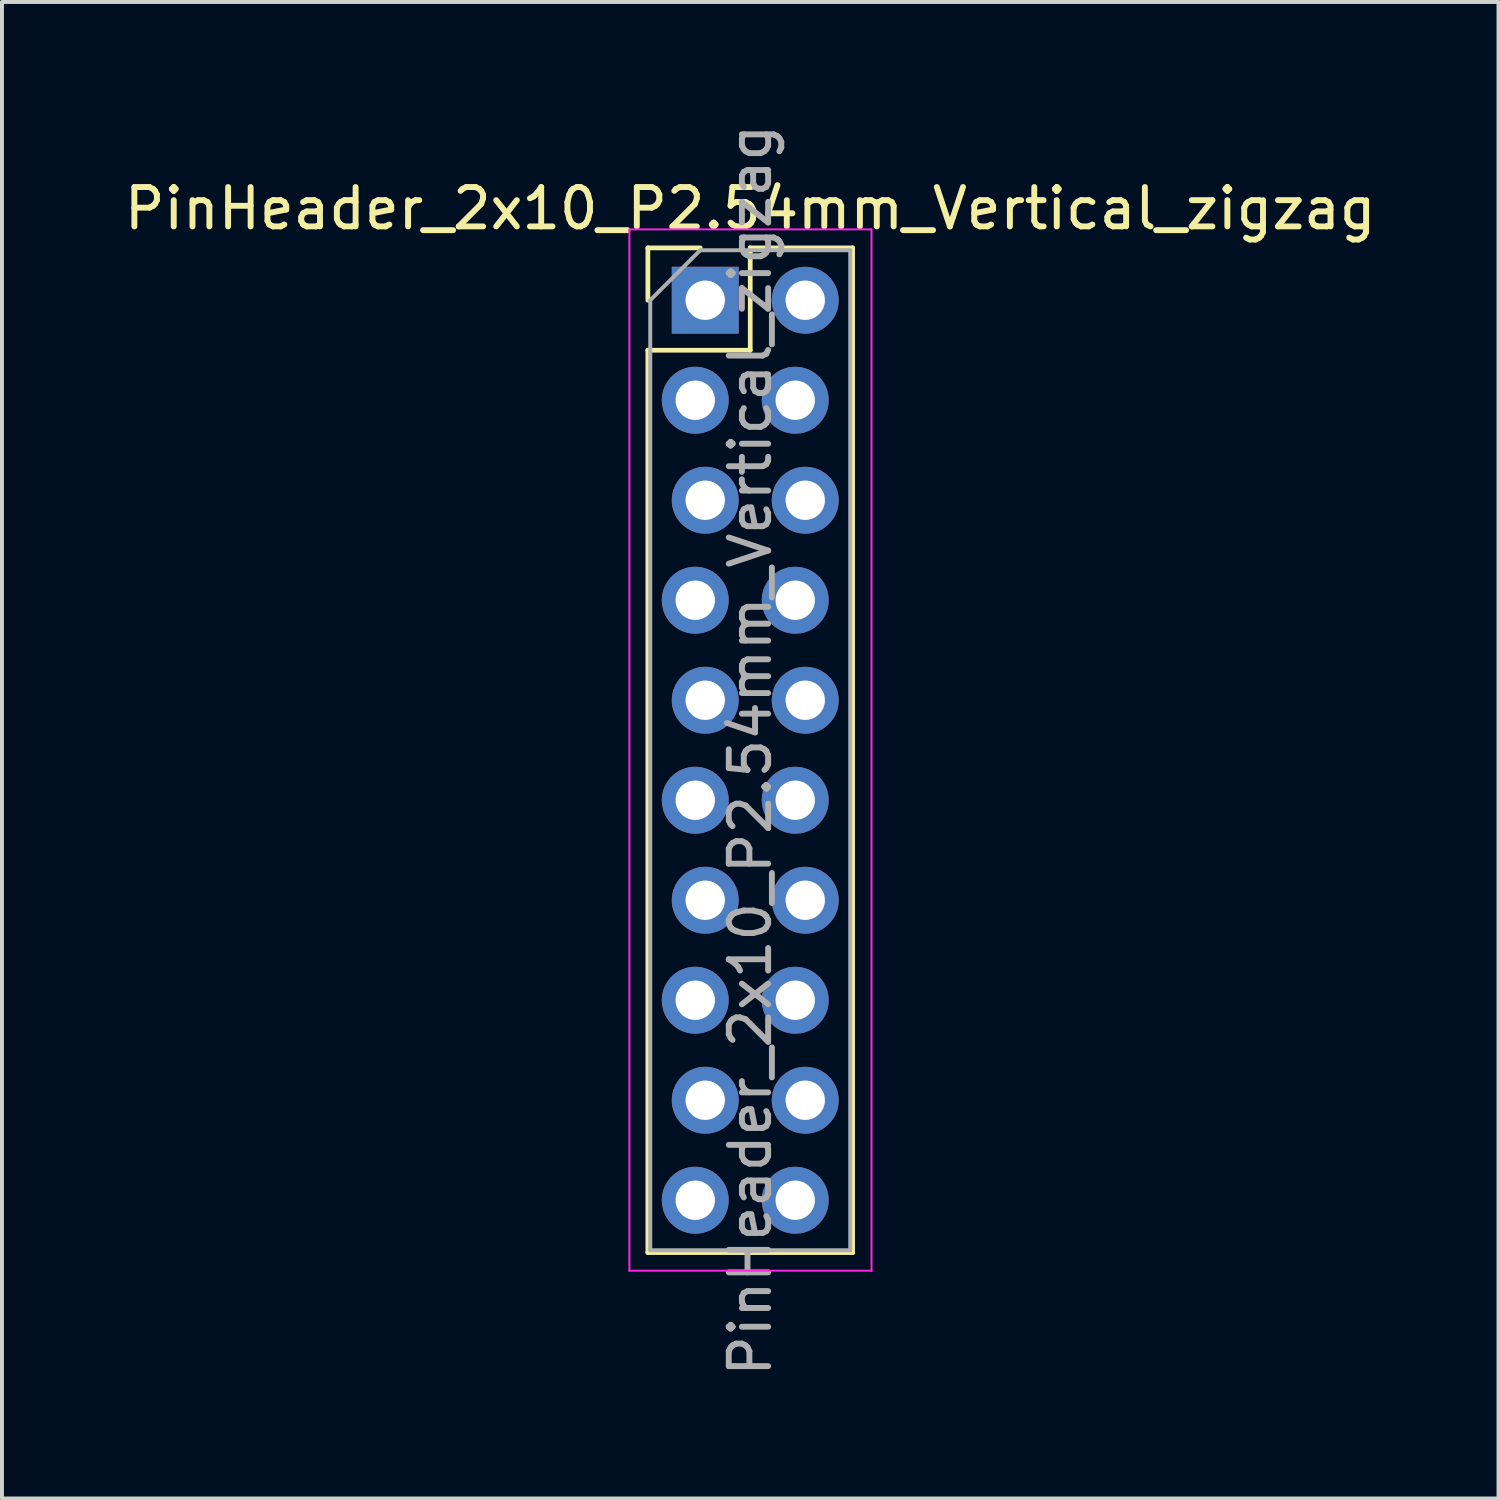
<source format=kicad_pcb>
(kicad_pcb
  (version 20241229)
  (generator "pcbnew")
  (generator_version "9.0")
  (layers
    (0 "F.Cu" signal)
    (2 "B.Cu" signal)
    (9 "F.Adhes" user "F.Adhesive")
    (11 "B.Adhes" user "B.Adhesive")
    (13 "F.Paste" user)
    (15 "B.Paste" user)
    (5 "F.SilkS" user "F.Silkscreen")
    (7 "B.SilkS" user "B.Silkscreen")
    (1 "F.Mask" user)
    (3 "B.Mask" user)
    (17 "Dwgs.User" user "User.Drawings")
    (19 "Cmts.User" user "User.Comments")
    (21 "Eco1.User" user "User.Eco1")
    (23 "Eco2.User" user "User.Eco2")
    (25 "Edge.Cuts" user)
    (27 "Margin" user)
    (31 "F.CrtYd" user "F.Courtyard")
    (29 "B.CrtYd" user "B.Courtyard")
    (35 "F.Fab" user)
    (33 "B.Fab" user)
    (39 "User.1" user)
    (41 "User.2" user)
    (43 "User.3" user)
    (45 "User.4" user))
  (footprint "PinHeader_2x10_P2.54mm_Vertical_zigzag"
    (layer "F.Cu")
    (at 14.736 4.576)
    (property "Reference" "PinHeader_2x10_P2.54mm_Vertical_zigzag" (at 1.27 -2.33 0) (layer "F.SilkS") (effects (font (size 1 1) (thickness 0.15))))
    (attr through_hole)
    (fp_line (start -1.33 -1.33) (end 0 -1.33) (stroke (width 0.12) (type solid)) (layer "F.SilkS"))
    (fp_line (start -1.33 0) (end -1.33 -1.33) (stroke (width 0.12) (type solid)) (layer "F.SilkS"))
    (fp_line (start -1.33 1.27) (end -1.33 24.19) (stroke (width 0.12) (type solid)) (layer "F.SilkS"))
    (fp_line (start -1.33 1.27) (end 1.27 1.27) (stroke (width 0.12) (type solid)) (layer "F.SilkS"))
    (fp_line (start -1.33 24.19) (end 3.87 24.19) (stroke (width 0.12) (type solid)) (layer "F.SilkS"))
    (fp_line (start 1.27 -1.33) (end 3.87 -1.33) (stroke (width 0.12) (type solid)) (layer "F.SilkS"))
    (fp_line (start 1.27 1.27) (end 1.27 -1.33) (stroke (width 0.12) (type solid)) (layer "F.SilkS"))
    (fp_line (start 3.87 -1.33) (end 3.87 24.19) (stroke (width 0.12) (type solid)) (layer "F.SilkS"))
    (fp_line (start -1.8 -1.8) (end -1.8 24.65) (stroke (width 0.05) (type solid)) (layer "F.CrtYd"))
    (fp_line (start -1.8 24.65) (end 4.35 24.65) (stroke (width 0.05) (type solid)) (layer "F.CrtYd"))
    (fp_line (start 4.35 -1.8) (end -1.8 -1.8) (stroke (width 0.05) (type solid)) (layer "F.CrtYd"))
    (fp_line (start 4.35 24.65) (end 4.35 -1.8) (stroke (width 0.05) (type solid)) (layer "F.CrtYd"))
    (fp_line (start -1.27 0) (end 0 -1.27) (stroke (width 0.1) (type solid)) (layer "F.Fab"))
    (fp_line (start -1.27 24.13) (end -1.27 0) (stroke (width 0.1) (type solid)) (layer "F.Fab"))
    (fp_line (start 0 -1.27) (end 3.81 -1.27) (stroke (width 0.1) (type solid)) (layer "F.Fab"))
    (fp_line (start 3.81 -1.27) (end 3.81 24.13) (stroke (width 0.1) (type solid)) (layer "F.Fab"))
    (fp_line (start 3.81 24.13) (end -1.27 24.13) (stroke (width 0.1) (type solid)) (layer "F.Fab"))
    (fp_text user "${REFERENCE}" (at 1.27 11.43 90) (layer "F.Fab") (effects (font (size 1 1) (thickness 0.15))))
    (pad "1" thru_hole rect (at 0.127 0) (size 1.7 1.7) (drill 1) (layers "*.Cu" "*.Mask"))
    (pad "2" thru_hole oval (at 2.667 0) (size 1.7 1.7) (drill 1) (layers "*.Cu" "*.Mask"))
    (pad "3" thru_hole oval (at -0.127 2.54) (size 1.7 1.7) (drill 1) (layers "*.Cu" "*.Mask"))
    (pad "4" thru_hole oval (at 2.413 2.54) (size 1.7 1.7) (drill 1) (layers "*.Cu" "*.Mask"))
    (pad "5" thru_hole oval (at 0.127 5.08) (size 1.7 1.7) (drill 1) (layers "*.Cu" "*.Mask"))
    (pad "6" thru_hole oval (at 2.667 5.08) (size 1.7 1.7) (drill 1) (layers "*.Cu" "*.Mask"))
    (pad "7" thru_hole oval (at -0.127 7.62) (size 1.7 1.7) (drill 1) (layers "*.Cu" "*.Mask"))
    (pad "8" thru_hole oval (at 2.413 7.62) (size 1.7 1.7) (drill 1) (layers "*.Cu" "*.Mask"))
    (pad "9" thru_hole oval (at 0.127 10.16) (size 1.7 1.7) (drill 1) (layers "*.Cu" "*.Mask"))
    (pad "10" thru_hole oval (at 2.667 10.16) (size 1.7 1.7) (drill 1) (layers "*.Cu" "*.Mask"))
    (pad "11" thru_hole oval (at -0.127 12.7) (size 1.7 1.7) (drill 1) (layers "*.Cu" "*.Mask"))
    (pad "12" thru_hole oval (at 2.413 12.7) (size 1.7 1.7) (drill 1) (layers "*.Cu" "*.Mask"))
    (pad "13" thru_hole oval (at 0.127 15.24) (size 1.7 1.7) (drill 1) (layers "*.Cu" "*.Mask"))
    (pad "14" thru_hole oval (at 2.667 15.24) (size 1.7 1.7) (drill 1) (layers "*.Cu" "*.Mask"))
    (pad "15" thru_hole oval (at -0.127 17.78) (size 1.7 1.7) (drill 1) (layers "*.Cu" "*.Mask"))
    (pad "16" thru_hole oval (at 2.413 17.78) (size 1.7 1.7) (drill 1) (layers "*.Cu" "*.Mask"))
    (pad "17" thru_hole oval (at 0.127 20.32) (size 1.7 1.7) (drill 1) (layers "*.Cu" "*.Mask"))
    (pad "18" thru_hole oval (at 2.667 20.32) (size 1.7 1.7) (drill 1) (layers "*.Cu" "*.Mask"))
    (pad "19" thru_hole oval (at -0.127 22.86) (size 1.7 1.7) (drill 1) (layers "*.Cu" "*.Mask"))
    (pad "20" thru_hole oval (at 2.413 22.86) (size 1.7 1.7) (drill 1) (layers "*.Cu" "*.Mask")))
  (gr_rect
    (start -3 -3)
    (end 35.012 35.012)
    (stroke (width 0.1) (type default))
    (fill no)
    (layer "Edge.Cuts")))
</source>
